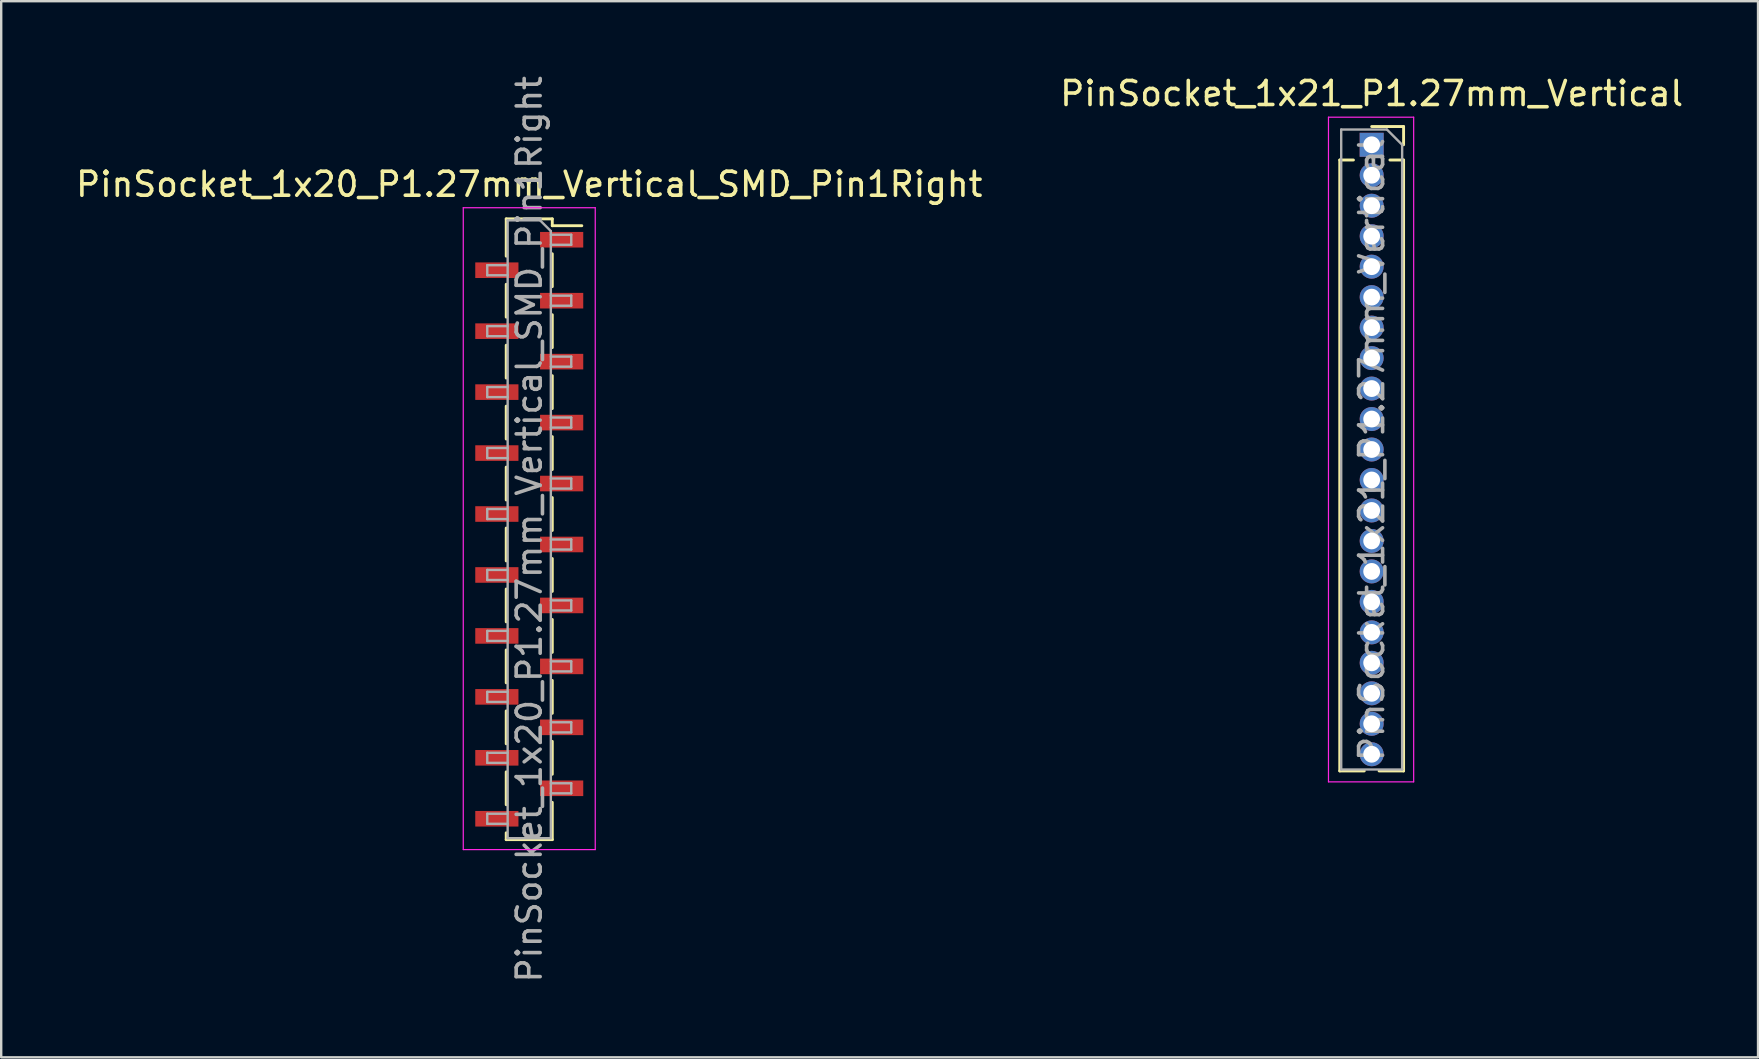
<source format=kicad_pcb>
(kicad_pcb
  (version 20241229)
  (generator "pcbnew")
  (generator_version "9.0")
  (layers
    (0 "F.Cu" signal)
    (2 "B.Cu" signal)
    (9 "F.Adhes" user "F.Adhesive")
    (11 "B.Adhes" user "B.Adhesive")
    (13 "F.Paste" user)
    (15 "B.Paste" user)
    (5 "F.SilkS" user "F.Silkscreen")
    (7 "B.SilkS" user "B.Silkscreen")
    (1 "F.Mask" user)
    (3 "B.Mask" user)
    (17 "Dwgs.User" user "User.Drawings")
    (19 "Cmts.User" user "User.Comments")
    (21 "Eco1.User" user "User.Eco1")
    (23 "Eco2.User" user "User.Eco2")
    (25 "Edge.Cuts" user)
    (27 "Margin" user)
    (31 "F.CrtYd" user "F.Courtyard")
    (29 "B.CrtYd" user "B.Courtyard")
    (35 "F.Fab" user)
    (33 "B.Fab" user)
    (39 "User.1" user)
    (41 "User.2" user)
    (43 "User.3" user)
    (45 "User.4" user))
  (footprint "PinSocket_1x20_P1.27mm_Vertical_SMD_Pin1Right"
    (layer "F.Cu")
    (at 19.006 19.006)
    (property "Reference" "PinSocket_1x20_P1.27mm_Vertical_SMD_Pin1Right" (at 0 -14.375 0) (layer "F.SilkS") (effects (font (size 1 1) (thickness 0.15))))
    (attr smd)
    (fp_line (start -0.96 -12.935) (end -0.96 -11.38) (stroke (width 0.12) (type solid)) (layer "F.SilkS"))
    (fp_line (start -0.96 -12.935) (end 0.96 -12.935) (stroke (width 0.12) (type solid)) (layer "F.SilkS"))
    (fp_line (start -0.96 -10.21) (end -0.96 -8.84) (stroke (width 0.12) (type solid)) (layer "F.SilkS"))
    (fp_line (start -0.96 -7.67) (end -0.96 -6.3) (stroke (width 0.12) (type solid)) (layer "F.SilkS"))
    (fp_line (start -0.96 -5.13) (end -0.96 -3.76) (stroke (width 0.12) (type solid)) (layer "F.SilkS"))
    (fp_line (start -0.96 -2.59) (end -0.96 -1.22) (stroke (width 0.12) (type solid)) (layer "F.SilkS"))
    (fp_line (start -0.96 -0.05) (end -0.96 1.32) (stroke (width 0.12) (type solid)) (layer "F.SilkS"))
    (fp_line (start -0.96 2.49) (end -0.96 3.86) (stroke (width 0.12) (type solid)) (layer "F.SilkS"))
    (fp_line (start -0.96 5.03) (end -0.96 6.4) (stroke (width 0.12) (type solid)) (layer "F.SilkS"))
    (fp_line (start -0.96 7.57) (end -0.96 8.94) (stroke (width 0.12) (type solid)) (layer "F.SilkS"))
    (fp_line (start -0.96 10.11) (end -0.96 11.48) (stroke (width 0.12) (type solid)) (layer "F.SilkS"))
    (fp_line (start -0.96 12.65) (end -0.96 12.935) (stroke (width 0.12) (type solid)) (layer "F.SilkS"))
    (fp_line (start -0.96 12.935) (end 0.96 12.935) (stroke (width 0.12) (type solid)) (layer "F.SilkS"))
    (fp_line (start 0.96 -12.935) (end 0.96 -12.65) (stroke (width 0.12) (type solid)) (layer "F.SilkS"))
    (fp_line (start 0.96 -12.65) (end 2.19 -12.65) (stroke (width 0.12) (type solid)) (layer "F.SilkS"))
    (fp_line (start 0.96 -11.48) (end 0.96 -10.11) (stroke (width 0.12) (type solid)) (layer "F.SilkS"))
    (fp_line (start 0.96 -8.94) (end 0.96 -7.57) (stroke (width 0.12) (type solid)) (layer "F.SilkS"))
    (fp_line (start 0.96 -6.4) (end 0.96 -5.03) (stroke (width 0.12) (type solid)) (layer "F.SilkS"))
    (fp_line (start 0.96 -3.86) (end 0.96 -2.49) (stroke (width 0.12) (type solid)) (layer "F.SilkS"))
    (fp_line (start 0.96 -1.32) (end 0.96 0.05) (stroke (width 0.12) (type solid)) (layer "F.SilkS"))
    (fp_line (start 0.96 1.22) (end 0.96 2.59) (stroke (width 0.12) (type solid)) (layer "F.SilkS"))
    (fp_line (start 0.96 3.76) (end 0.96 5.13) (stroke (width 0.12) (type solid)) (layer "F.SilkS"))
    (fp_line (start 0.96 6.3) (end 0.96 7.67) (stroke (width 0.12) (type solid)) (layer "F.SilkS"))
    (fp_line (start 0.96 8.84) (end 0.96 10.21) (stroke (width 0.12) (type solid)) (layer "F.SilkS"))
    (fp_line (start 0.96 11.38) (end 0.96 12.935) (stroke (width 0.12) (type solid)) (layer "F.SilkS"))
    (fp_line (start -2.75 -13.4) (end 2.75 -13.4) (stroke (width 0.05) (type solid)) (layer "F.CrtYd"))
    (fp_line (start -2.75 13.35) (end -2.75 -13.4) (stroke (width 0.05) (type solid)) (layer "F.CrtYd"))
    (fp_line (start 2.75 -13.4) (end 2.75 13.35) (stroke (width 0.05) (type solid)) (layer "F.CrtYd"))
    (fp_line (start 2.75 13.35) (end -2.75 13.35) (stroke (width 0.05) (type solid)) (layer "F.CrtYd"))
    (fp_line (start -1.75 -11.005) (end -0.9 -11.005) (stroke (width 0.1) (type solid)) (layer "F.Fab"))
    (fp_line (start -1.75 -10.585) (end -1.75 -11.005) (stroke (width 0.1) (type solid)) (layer "F.Fab"))
    (fp_line (start -1.75 -8.465) (end -0.9 -8.465) (stroke (width 0.1) (type solid)) (layer "F.Fab"))
    (fp_line (start -1.75 -8.045) (end -1.75 -8.465) (stroke (width 0.1) (type solid)) (layer "F.Fab"))
    (fp_line (start -1.75 -5.925) (end -0.9 -5.925) (stroke (width 0.1) (type solid)) (layer "F.Fab"))
    (fp_line (start -1.75 -5.505) (end -1.75 -5.925) (stroke (width 0.1) (type solid)) (layer "F.Fab"))
    (fp_line (start -1.75 -3.385) (end -0.9 -3.385) (stroke (width 0.1) (type solid)) (layer "F.Fab"))
    (fp_line (start -1.75 -2.965) (end -1.75 -3.385) (stroke (width 0.1) (type solid)) (layer "F.Fab"))
    (fp_line (start -1.75 -0.845) (end -0.9 -0.845) (stroke (width 0.1) (type solid)) (layer "F.Fab"))
    (fp_line (start -1.75 -0.425) (end -1.75 -0.845) (stroke (width 0.1) (type solid)) (layer "F.Fab"))
    (fp_line (start -1.75 1.695) (end -0.9 1.695) (stroke (width 0.1) (type solid)) (layer "F.Fab"))
    (fp_line (start -1.75 2.115) (end -1.75 1.695) (stroke (width 0.1) (type solid)) (layer "F.Fab"))
    (fp_line (start -1.75 4.235) (end -0.9 4.235) (stroke (width 0.1) (type solid)) (layer "F.Fab"))
    (fp_line (start -1.75 4.655) (end -1.75 4.235) (stroke (width 0.1) (type solid)) (layer "F.Fab"))
    (fp_line (start -1.75 6.775) (end -0.9 6.775) (stroke (width 0.1) (type solid)) (layer "F.Fab"))
    (fp_line (start -1.75 7.195) (end -1.75 6.775) (stroke (width 0.1) (type solid)) (layer "F.Fab"))
    (fp_line (start -1.75 9.315) (end -0.9 9.315) (stroke (width 0.1) (type solid)) (layer "F.Fab"))
    (fp_line (start -1.75 9.735) (end -1.75 9.315) (stroke (width 0.1) (type solid)) (layer "F.Fab"))
    (fp_line (start -1.75 11.855) (end -0.9 11.855) (stroke (width 0.1) (type solid)) (layer "F.Fab"))
    (fp_line (start -1.75 12.275) (end -1.75 11.855) (stroke (width 0.1) (type solid)) (layer "F.Fab"))
    (fp_line (start -0.9 -12.875) (end 0.45 -12.875) (stroke (width 0.1) (type solid)) (layer "F.Fab"))
    (fp_line (start -0.9 -10.585) (end -1.75 -10.585) (stroke (width 0.1) (type solid)) (layer "F.Fab"))
    (fp_line (start -0.9 -8.045) (end -1.75 -8.045) (stroke (width 0.1) (type solid)) (layer "F.Fab"))
    (fp_line (start -0.9 -5.505) (end -1.75 -5.505) (stroke (width 0.1) (type solid)) (layer "F.Fab"))
    (fp_line (start -0.9 -2.965) (end -1.75 -2.965) (stroke (width 0.1) (type solid)) (layer "F.Fab"))
    (fp_line (start -0.9 -0.425) (end -1.75 -0.425) (stroke (width 0.1) (type solid)) (layer "F.Fab"))
    (fp_line (start -0.9 2.115) (end -1.75 2.115) (stroke (width 0.1) (type solid)) (layer "F.Fab"))
    (fp_line (start -0.9 4.655) (end -1.75 4.655) (stroke (width 0.1) (type solid)) (layer "F.Fab"))
    (fp_line (start -0.9 7.195) (end -1.75 7.195) (stroke (width 0.1) (type solid)) (layer "F.Fab"))
    (fp_line (start -0.9 9.735) (end -1.75 9.735) (stroke (width 0.1) (type solid)) (layer "F.Fab"))
    (fp_line (start -0.9 12.275) (end -1.75 12.275) (stroke (width 0.1) (type solid)) (layer "F.Fab"))
    (fp_line (start -0.9 12.875) (end -0.9 -12.875) (stroke (width 0.1) (type solid)) (layer "F.Fab"))
    (fp_line (start 0.45 -12.875) (end 0.9 -12.425) (stroke (width 0.1) (type solid)) (layer "F.Fab"))
    (fp_line (start 0.9 -12.425) (end 0.9 12.875) (stroke (width 0.1) (type solid)) (layer "F.Fab"))
    (fp_line (start 0.9 -12.275) (end 1.75 -12.275) (stroke (width 0.1) (type solid)) (layer "F.Fab"))
    (fp_line (start 0.9 -9.735) (end 1.75 -9.735) (stroke (width 0.1) (type solid)) (layer "F.Fab"))
    (fp_line (start 0.9 -7.195) (end 1.75 -7.195) (stroke (width 0.1) (type solid)) (layer "F.Fab"))
    (fp_line (start 0.9 -4.655) (end 1.75 -4.655) (stroke (width 0.1) (type solid)) (layer "F.Fab"))
    (fp_line (start 0.9 -2.115) (end 1.75 -2.115) (stroke (width 0.1) (type solid)) (layer "F.Fab"))
    (fp_line (start 0.9 0.425) (end 1.75 0.425) (stroke (width 0.1) (type solid)) (layer "F.Fab"))
    (fp_line (start 0.9 2.965) (end 1.75 2.965) (stroke (width 0.1) (type solid)) (layer "F.Fab"))
    (fp_line (start 0.9 5.505) (end 1.75 5.505) (stroke (width 0.1) (type solid)) (layer "F.Fab"))
    (fp_line (start 0.9 8.045) (end 1.75 8.045) (stroke (width 0.1) (type solid)) (layer "F.Fab"))
    (fp_line (start 0.9 10.585) (end 1.75 10.585) (stroke (width 0.1) (type solid)) (layer "F.Fab"))
    (fp_line (start 0.9 12.875) (end -0.9 12.875) (stroke (width 0.1) (type solid)) (layer "F.Fab"))
    (fp_line (start 1.75 -12.275) (end 1.75 -11.855) (stroke (width 0.1) (type solid)) (layer "F.Fab"))
    (fp_line (start 1.75 -11.855) (end 0.9 -11.855) (stroke (width 0.1) (type solid)) (layer "F.Fab"))
    (fp_line (start 1.75 -9.735) (end 1.75 -9.315) (stroke (width 0.1) (type solid)) (layer "F.Fab"))
    (fp_line (start 1.75 -9.315) (end 0.9 -9.315) (stroke (width 0.1) (type solid)) (layer "F.Fab"))
    (fp_line (start 1.75 -7.195) (end 1.75 -6.775) (stroke (width 0.1) (type solid)) (layer "F.Fab"))
    (fp_line (start 1.75 -6.775) (end 0.9 -6.775) (stroke (width 0.1) (type solid)) (layer "F.Fab"))
    (fp_line (start 1.75 -4.655) (end 1.75 -4.235) (stroke (width 0.1) (type solid)) (layer "F.Fab"))
    (fp_line (start 1.75 -4.235) (end 0.9 -4.235) (stroke (width 0.1) (type solid)) (layer "F.Fab"))
    (fp_line (start 1.75 -2.115) (end 1.75 -1.695) (stroke (width 0.1) (type solid)) (layer "F.Fab"))
    (fp_line (start 1.75 -1.695) (end 0.9 -1.695) (stroke (width 0.1) (type solid)) (layer "F.Fab"))
    (fp_line (start 1.75 0.425) (end 1.75 0.845) (stroke (width 0.1) (type solid)) (layer "F.Fab"))
    (fp_line (start 1.75 0.845) (end 0.9 0.845) (stroke (width 0.1) (type solid)) (layer "F.Fab"))
    (fp_line (start 1.75 2.965) (end 1.75 3.385) (stroke (width 0.1) (type solid)) (layer "F.Fab"))
    (fp_line (start 1.75 3.385) (end 0.9 3.385) (stroke (width 0.1) (type solid)) (layer "F.Fab"))
    (fp_line (start 1.75 5.505) (end 1.75 5.925) (stroke (width 0.1) (type solid)) (layer "F.Fab"))
    (fp_line (start 1.75 5.925) (end 0.9 5.925) (stroke (width 0.1) (type solid)) (layer "F.Fab"))
    (fp_line (start 1.75 8.045) (end 1.75 8.465) (stroke (width 0.1) (type solid)) (layer "F.Fab"))
    (fp_line (start 1.75 8.465) (end 0.9 8.465) (stroke (width 0.1) (type solid)) (layer "F.Fab"))
    (fp_line (start 1.75 10.585) (end 1.75 11.005) (stroke (width 0.1) (type solid)) (layer "F.Fab"))
    (fp_line (start 1.75 11.005) (end 0.9 11.005) (stroke (width 0.1) (type solid)) (layer "F.Fab"))
    (fp_text user "${REFERENCE}" (at 0 0 90) (layer "F.Fab") (effects (font (size 1 1) (thickness 0.15))))
    (pad "1" smd rect (at 1.35 -12.065) (size 1.8 0.65) (layers "F.Cu" "F.Mask" "F.Paste"))
    (pad "2" smd rect (at -1.35 -10.795) (size 1.8 0.65) (layers "F.Cu" "F.Mask" "F.Paste"))
    (pad "3" smd rect (at 1.35 -9.525) (size 1.8 0.65) (layers "F.Cu" "F.Mask" "F.Paste"))
    (pad "4" smd rect (at -1.35 -8.255) (size 1.8 0.65) (layers "F.Cu" "F.Mask" "F.Paste"))
    (pad "5" smd rect (at 1.35 -6.985) (size 1.8 0.65) (layers "F.Cu" "F.Mask" "F.Paste"))
    (pad "6" smd rect (at -1.35 -5.715) (size 1.8 0.65) (layers "F.Cu" "F.Mask" "F.Paste"))
    (pad "7" smd rect (at 1.35 -4.445) (size 1.8 0.65) (layers "F.Cu" "F.Mask" "F.Paste"))
    (pad "8" smd rect (at -1.35 -3.175) (size 1.8 0.65) (layers "F.Cu" "F.Mask" "F.Paste"))
    (pad "9" smd rect (at 1.35 -1.905) (size 1.8 0.65) (layers "F.Cu" "F.Mask" "F.Paste"))
    (pad "10" smd rect (at -1.35 -0.635) (size 1.8 0.65) (layers "F.Cu" "F.Mask" "F.Paste"))
    (pad "11" smd rect (at 1.35 0.635) (size 1.8 0.65) (layers "F.Cu" "F.Mask" "F.Paste"))
    (pad "12" smd rect (at -1.35 1.905) (size 1.8 0.65) (layers "F.Cu" "F.Mask" "F.Paste"))
    (pad "13" smd rect (at 1.35 3.175) (size 1.8 0.65) (layers "F.Cu" "F.Mask" "F.Paste"))
    (pad "14" smd rect (at -1.35 4.445) (size 1.8 0.65) (layers "F.Cu" "F.Mask" "F.Paste"))
    (pad "15" smd rect (at 1.35 5.715) (size 1.8 0.65) (layers "F.Cu" "F.Mask" "F.Paste"))
    (pad "16" smd rect (at -1.35 6.985) (size 1.8 0.65) (layers "F.Cu" "F.Mask" "F.Paste"))
    (pad "17" smd rect (at 1.35 8.255) (size 1.8 0.65) (layers "F.Cu" "F.Mask" "F.Paste"))
    (pad "18" smd rect (at -1.35 9.525) (size 1.8 0.65) (layers "F.Cu" "F.Mask" "F.Paste"))
    (pad "19" smd rect (at 1.35 10.795) (size 1.8 0.65) (layers "F.Cu" "F.Mask" "F.Paste"))
    (pad "20" smd rect (at -1.35 12.065) (size 1.8 0.65) (layers "F.Cu" "F.Mask" "F.Paste")))
  (footprint "PinSocket_1x21_P1.27mm_Vertical"
    (layer "F.Cu")
    (at 54.113 2.983)
    (property "Reference" "PinSocket_1x21_P1.27mm_Vertical" (at 0 -2.135 0) (layer "F.SilkS") (effects (font (size 1 1) (thickness 0.15))))
    (attr through_hole)
    (fp_line (start -1.33 0.635) (end -1.33 26.095) (stroke (width 0.12) (type solid)) (layer "F.SilkS"))
    (fp_line (start -1.33 0.635) (end -0.76 0.635) (stroke (width 0.12) (type solid)) (layer "F.SilkS"))
    (fp_line (start -1.33 26.095) (end -0.308 26.095) (stroke (width 0.12) (type solid)) (layer "F.SilkS"))
    (fp_line (start 0 -0.76) (end 1.33 -0.76) (stroke (width 0.12) (type solid)) (layer "F.SilkS"))
    (fp_line (start 0.308 26.095) (end 1.33 26.095) (stroke (width 0.12) (type solid)) (layer "F.SilkS"))
    (fp_line (start 0.76 0.635) (end 1.33 0.635) (stroke (width 0.12) (type solid)) (layer "F.SilkS"))
    (fp_line (start 1.33 -0.76) (end 1.33 0) (stroke (width 0.12) (type solid)) (layer "F.SilkS"))
    (fp_line (start 1.33 0.635) (end 1.33 26.095) (stroke (width 0.12) (type solid)) (layer "F.SilkS"))
    (fp_line (start -1.8 -1.15) (end 1.75 -1.15) (stroke (width 0.05) (type solid)) (layer "F.CrtYd"))
    (fp_line (start -1.8 26.55) (end -1.8 -1.15) (stroke (width 0.05) (type solid)) (layer "F.CrtYd"))
    (fp_line (start 1.75 -1.15) (end 1.75 26.55) (stroke (width 0.05) (type solid)) (layer "F.CrtYd"))
    (fp_line (start 1.75 26.55) (end -1.8 26.55) (stroke (width 0.05) (type solid)) (layer "F.CrtYd"))
    (fp_line (start -1.27 -0.635) (end 0.635 -0.635) (stroke (width 0.1) (type solid)) (layer "F.Fab"))
    (fp_line (start -1.27 26.035) (end -1.27 -0.635) (stroke (width 0.1) (type solid)) (layer "F.Fab"))
    (fp_line (start 0.635 -0.635) (end 1.27 0) (stroke (width 0.1) (type solid)) (layer "F.Fab"))
    (fp_line (start 1.27 0) (end 1.27 26.035) (stroke (width 0.1) (type solid)) (layer "F.Fab"))
    (fp_line (start 1.27 26.035) (end -1.27 26.035) (stroke (width 0.1) (type solid)) (layer "F.Fab"))
    (fp_text user "${REFERENCE}" (at 0 12.7 90) (layer "F.Fab") (effects (font (size 1 1) (thickness 0.15))))
    (pad "1" thru_hole rect (at 0 0) (size 1 1) (drill 0.7) (layers "*.Cu" "*.Mask"))
    (pad "2" thru_hole oval (at 0 1.27) (size 1 1) (drill 0.7) (layers "*.Cu" "*.Mask"))
    (pad "3" thru_hole oval (at 0 2.54) (size 1 1) (drill 0.7) (layers "*.Cu" "*.Mask"))
    (pad "4" thru_hole oval (at 0 3.81) (size 1 1) (drill 0.7) (layers "*.Cu" "*.Mask"))
    (pad "5" thru_hole oval (at 0 5.08) (size 1 1) (drill 0.7) (layers "*.Cu" "*.Mask"))
    (pad "6" thru_hole oval (at 0 6.35) (size 1 1) (drill 0.7) (layers "*.Cu" "*.Mask"))
    (pad "7" thru_hole oval (at 0 7.62) (size 1 1) (drill 0.7) (layers "*.Cu" "*.Mask"))
    (pad "8" thru_hole oval (at 0 8.89) (size 1 1) (drill 0.7) (layers "*.Cu" "*.Mask"))
    (pad "9" thru_hole oval (at 0 10.16) (size 1 1) (drill 0.7) (layers "*.Cu" "*.Mask"))
    (pad "10" thru_hole oval (at 0 11.43) (size 1 1) (drill 0.7) (layers "*.Cu" "*.Mask"))
    (pad "11" thru_hole oval (at 0 12.7) (size 1 1) (drill 0.7) (layers "*.Cu" "*.Mask"))
    (pad "12" thru_hole oval (at 0 13.97) (size 1 1) (drill 0.7) (layers "*.Cu" "*.Mask"))
    (pad "13" thru_hole oval (at 0 15.24) (size 1 1) (drill 0.7) (layers "*.Cu" "*.Mask"))
    (pad "14" thru_hole oval (at 0 16.51) (size 1 1) (drill 0.7) (layers "*.Cu" "*.Mask"))
    (pad "15" thru_hole oval (at 0 17.78) (size 1 1) (drill 0.7) (layers "*.Cu" "*.Mask"))
    (pad "16" thru_hole oval (at 0 19.05) (size 1 1) (drill 0.7) (layers "*.Cu" "*.Mask"))
    (pad "17" thru_hole oval (at 0 20.32) (size 1 1) (drill 0.7) (layers "*.Cu" "*.Mask"))
    (pad "18" thru_hole oval (at 0 21.59) (size 1 1) (drill 0.7) (layers "*.Cu" "*.Mask"))
    (pad "19" thru_hole oval (at 0 22.86) (size 1 1) (drill 0.7) (layers "*.Cu" "*.Mask"))
    (pad "20" thru_hole oval (at 0 24.13) (size 1 1) (drill 0.7) (layers "*.Cu" "*.Mask"))
    (pad "21" thru_hole oval (at 0 25.4) (size 1 1) (drill 0.7) (layers "*.Cu" "*.Mask")))
  (gr_rect
    (start -3 -3)
    (end 70.214 41.012)
    (stroke (width 0.1) (type default))
    (fill no)
    (layer "Edge.Cuts")))
</source>
